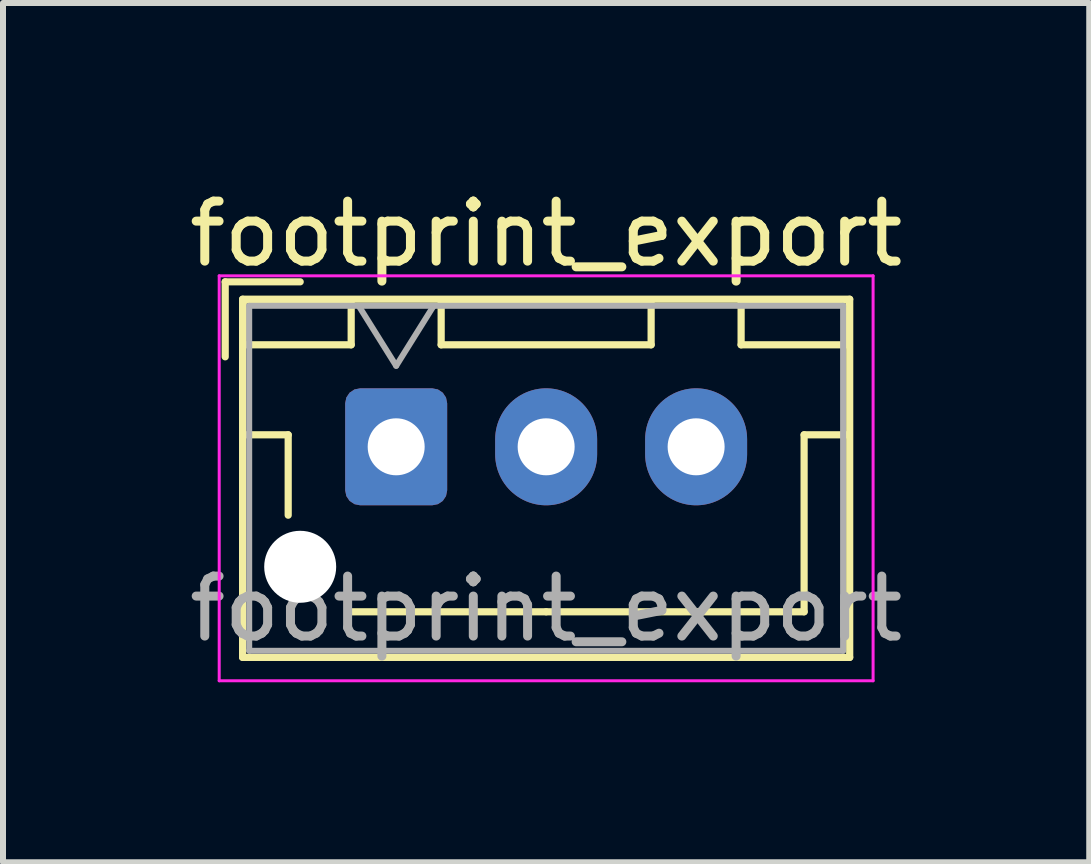
<source format=kicad_pcb>
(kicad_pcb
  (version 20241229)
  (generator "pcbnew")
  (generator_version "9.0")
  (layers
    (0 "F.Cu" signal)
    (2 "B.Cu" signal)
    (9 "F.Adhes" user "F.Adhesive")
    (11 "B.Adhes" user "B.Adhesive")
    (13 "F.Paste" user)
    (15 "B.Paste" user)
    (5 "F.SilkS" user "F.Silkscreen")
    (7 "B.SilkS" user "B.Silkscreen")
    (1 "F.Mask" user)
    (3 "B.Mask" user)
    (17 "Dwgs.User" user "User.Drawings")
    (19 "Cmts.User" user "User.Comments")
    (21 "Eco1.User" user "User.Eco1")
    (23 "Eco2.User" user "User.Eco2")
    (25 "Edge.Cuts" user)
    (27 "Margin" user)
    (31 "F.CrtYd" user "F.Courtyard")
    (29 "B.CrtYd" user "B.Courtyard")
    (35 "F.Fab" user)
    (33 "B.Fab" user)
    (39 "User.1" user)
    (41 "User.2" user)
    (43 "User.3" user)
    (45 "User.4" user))
  (footprint "footprint_export"
    (layer "F.Cu")
    (at 3.554 4.398)
    (property "Reference" "footprint_export" (at 2.5 -3.55 0) (layer "F.SilkS") (effects (font (size 1 1) (thickness 0.15))))
    (attr through_hole)
    (fp_line (start -2.85 -2.75) (end -2.85 -1.5) (stroke (width 0.12) (type solid)) (layer "F.SilkS"))
    (fp_line (start -2.56 -2.46) (end -2.56 3.51) (stroke (width 0.12) (type solid)) (layer "F.SilkS"))
    (fp_line (start -2.56 3.51) (end 7.56 3.51) (stroke (width 0.12) (type solid)) (layer "F.SilkS"))
    (fp_line (start -2.55 -2.45) (end -2.55 -1.7) (stroke (width 0.12) (type solid)) (layer "F.SilkS"))
    (fp_line (start -2.55 -1.7) (end -0.75 -1.7) (stroke (width 0.12) (type solid)) (layer "F.SilkS"))
    (fp_line (start -2.55 -0.2) (end -1.8 -0.2) (stroke (width 0.12) (type solid)) (layer "F.SilkS"))
    (fp_line (start -1.8 -0.2) (end -1.8 1.14) (stroke (width 0.12) (type solid)) (layer "F.SilkS"))
    (fp_line (start -1.6 -2.75) (end -2.85 -2.75) (stroke (width 0.12) (type solid)) (layer "F.SilkS"))
    (fp_line (start -0.75 -2.45) (end -2.55 -2.45) (stroke (width 0.12) (type solid)) (layer "F.SilkS"))
    (fp_line (start -0.75 -1.7) (end -0.75 -2.45) (stroke (width 0.12) (type solid)) (layer "F.SilkS"))
    (fp_line (start 0.75 -2.45) (end 0.75 -1.7) (stroke (width 0.12) (type solid)) (layer "F.SilkS"))
    (fp_line (start 0.75 -1.7) (end 4.25 -1.7) (stroke (width 0.12) (type solid)) (layer "F.SilkS"))
    (fp_line (start 2.5 2.75) (end -0.74 2.75) (stroke (width 0.12) (type solid)) (layer "F.SilkS"))
    (fp_line (start 4.25 -2.45) (end 0.75 -2.45) (stroke (width 0.12) (type solid)) (layer "F.SilkS"))
    (fp_line (start 4.25 -1.7) (end 4.25 -2.45) (stroke (width 0.12) (type solid)) (layer "F.SilkS"))
    (fp_line (start 5.75 -2.45) (end 5.75 -1.7) (stroke (width 0.12) (type solid)) (layer "F.SilkS"))
    (fp_line (start 5.75 -1.7) (end 7.55 -1.7) (stroke (width 0.12) (type solid)) (layer "F.SilkS"))
    (fp_line (start 6.8 -0.2) (end 6.8 2.75) (stroke (width 0.12) (type solid)) (layer "F.SilkS"))
    (fp_line (start 6.8 2.75) (end 2.5 2.75) (stroke (width 0.12) (type solid)) (layer "F.SilkS"))
    (fp_line (start 7.55 -2.45) (end 5.75 -2.45) (stroke (width 0.12) (type solid)) (layer "F.SilkS"))
    (fp_line (start 7.55 -1.7) (end 7.55 -2.45) (stroke (width 0.12) (type solid)) (layer "F.SilkS"))
    (fp_line (start 7.55 -0.2) (end 6.8 -0.2) (stroke (width 0.12) (type solid)) (layer "F.SilkS"))
    (fp_line (start 7.56 -2.46) (end -2.56 -2.46) (stroke (width 0.12) (type solid)) (layer "F.SilkS"))
    (fp_line (start 7.56 3.51) (end 7.56 -2.46) (stroke (width 0.12) (type solid)) (layer "F.SilkS"))
    (fp_line (start -2.95 -2.85) (end -2.95 3.9) (stroke (width 0.05) (type solid)) (layer "F.CrtYd"))
    (fp_line (start -2.95 3.9) (end 7.95 3.9) (stroke (width 0.05) (type solid)) (layer "F.CrtYd"))
    (fp_line (start 7.95 -2.85) (end -2.95 -2.85) (stroke (width 0.05) (type solid)) (layer "F.CrtYd"))
    (fp_line (start 7.95 3.9) (end 7.95 -2.85) (stroke (width 0.05) (type solid)) (layer "F.CrtYd"))
    (fp_line (start -2.45 -2.35) (end -2.45 3.4) (stroke (width 0.1) (type solid)) (layer "F.Fab"))
    (fp_line (start -2.45 3.4) (end 7.45 3.4) (stroke (width 0.1) (type solid)) (layer "F.Fab"))
    (fp_line (start -0.625 -2.35) (end 0 -1.35) (stroke (width 0.1) (type solid)) (layer "F.Fab"))
    (fp_line (start 0 -1.35) (end 0.625 -2.35) (stroke (width 0.1) (type solid)) (layer "F.Fab"))
    (fp_line (start 7.45 -2.35) (end -2.45 -2.35) (stroke (width 0.1) (type solid)) (layer "F.Fab"))
    (fp_line (start 7.45 3.4) (end 7.45 -2.35) (stroke (width 0.1) (type solid)) (layer "F.Fab"))
    (fp_text user "${REFERENCE}" (at 2.5 2.7 0) (layer "F.Fab") (effects (font (size 1 1) (thickness 0.15))))
    (pad "" np_thru_hole circle (at -1.6 2) (size 1.2 1.2) (drill 1.2) (layers "*.Cu" "*.Mask"))
    (pad "1" thru_hole roundrect (at 0 0) (size 1.7 1.95) (drill 0.95) (layers "*.Cu" "*.Mask") (roundrect_rratio 0.147))
    (pad "2" thru_hole oval (at 2.5 0) (size 1.7 1.95) (drill 0.95) (layers "*.Cu" "*.Mask"))
    (pad "3" thru_hole oval (at 5 0) (size 1.7 1.95) (drill 0.95) (layers "*.Cu" "*.Mask")))
  (gr_rect
    (start -3 -3)
    (end 15.107 11.323)
    (stroke (width 0.1) (type default))
    (fill no)
    (layer "Edge.Cuts")))
</source>
